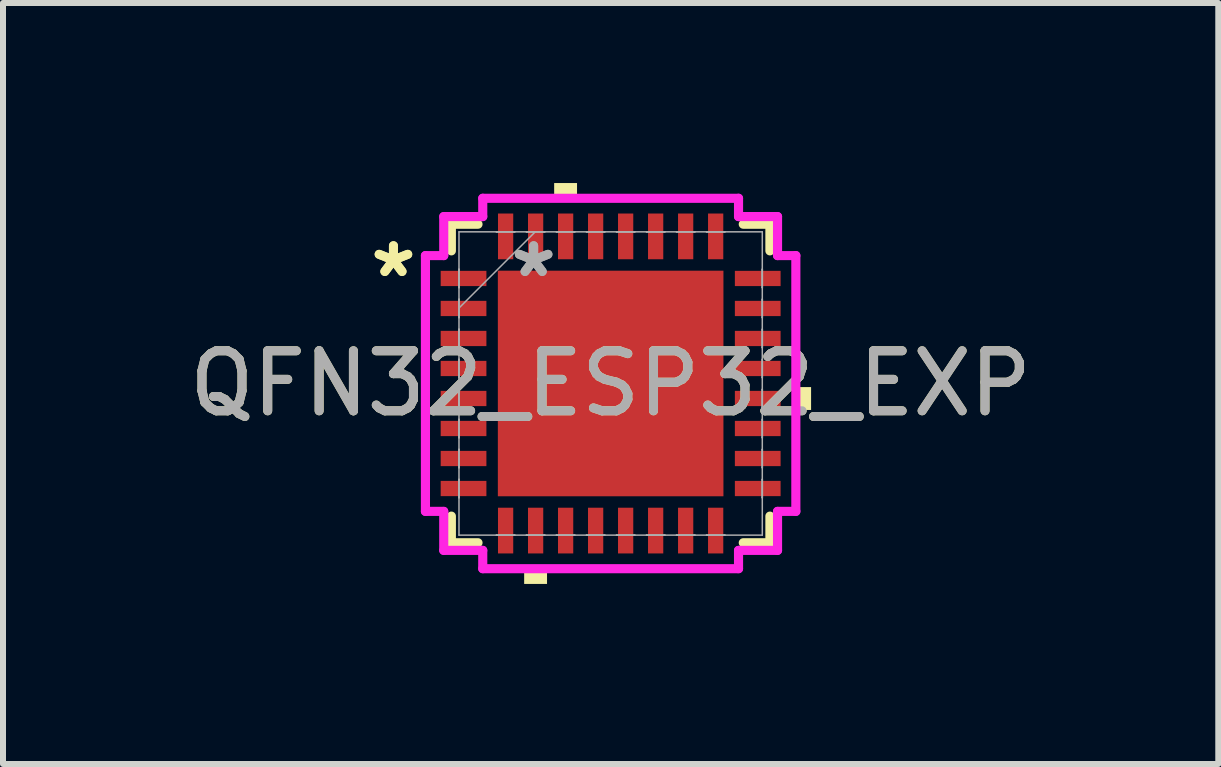
<source format=kicad_pcb>
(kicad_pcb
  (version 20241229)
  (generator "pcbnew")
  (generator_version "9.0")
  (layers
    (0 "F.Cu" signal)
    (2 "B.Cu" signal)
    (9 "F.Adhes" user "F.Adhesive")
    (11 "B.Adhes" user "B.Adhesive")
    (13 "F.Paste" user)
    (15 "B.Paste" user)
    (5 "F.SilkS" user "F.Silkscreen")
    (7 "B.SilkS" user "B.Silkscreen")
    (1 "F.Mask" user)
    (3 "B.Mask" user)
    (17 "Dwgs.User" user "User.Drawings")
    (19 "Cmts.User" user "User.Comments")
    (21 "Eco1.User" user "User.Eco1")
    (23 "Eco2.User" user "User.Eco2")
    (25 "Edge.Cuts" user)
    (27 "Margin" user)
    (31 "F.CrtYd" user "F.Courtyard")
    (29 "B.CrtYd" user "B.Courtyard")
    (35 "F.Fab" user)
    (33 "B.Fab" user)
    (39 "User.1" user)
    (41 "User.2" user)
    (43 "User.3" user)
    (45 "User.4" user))
  (footprint "QFN32_ESP32_EXP"
    (layer "F.Cu")
    (at 7.125 3.34)
    (property "Reference" "QFN32_ESP32_EXP" (at 0 0 0) (unlocked yes) (layer "F.SilkS") (effects (font (size 1 1) (thickness 0.15))))
    (attr smd)
    (fp_line (start -2.654 -2.654) (end -2.654 -2.21) (stroke (width 0.152) (type solid)) (layer "F.SilkS"))
    (fp_line (start -2.654 2.21) (end -2.654 2.654) (stroke (width 0.152) (type solid)) (layer "F.SilkS"))
    (fp_line (start -2.654 2.654) (end -2.21 2.654) (stroke (width 0.152) (type solid)) (layer "F.SilkS"))
    (fp_line (start -2.21 -2.654) (end -2.654 -2.654) (stroke (width 0.152) (type solid)) (layer "F.SilkS"))
    (fp_line (start 2.21 2.654) (end 2.654 2.654) (stroke (width 0.152) (type solid)) (layer "F.SilkS"))
    (fp_line (start 2.654 -2.654) (end 2.21 -2.654) (stroke (width 0.152) (type solid)) (layer "F.SilkS"))
    (fp_line (start 2.654 -2.21) (end 2.654 -2.654) (stroke (width 0.152) (type solid)) (layer "F.SilkS"))
    (fp_line (start 2.654 2.654) (end 2.654 2.21) (stroke (width 0.152) (type solid)) (layer "F.SilkS"))
    (fp_poly (pts (xy -1.441 3.086) (xy -1.441 3.34) (xy -1.06 3.34) (xy -1.06 3.086)) (stroke (width 0) (type solid)) (fill yes) (layer "F.SilkS"))
    (fp_poly (pts (xy -0.941 -3.086) (xy -0.941 -3.34) (xy -0.56 -3.34) (xy -0.56 -3.086)) (stroke (width 0) (type solid)) (fill yes) (layer "F.SilkS"))
    (fp_poly (pts (xy 3.34 0.06) (xy 3.34 0.441) (xy 3.086 0.441) (xy 3.086 0.06)) (stroke (width 0) (type solid)) (fill yes) (layer "F.SilkS"))
    (fp_line (start -3.086 -2.131) (end -2.781 -2.131) (stroke (width 0.152) (type solid)) (layer "F.CrtYd"))
    (fp_line (start -3.086 2.131) (end -3.086 -2.131) (stroke (width 0.152) (type solid)) (layer "F.CrtYd"))
    (fp_line (start -2.781 -2.781) (end -2.131 -2.781) (stroke (width 0.152) (type solid)) (layer "F.CrtYd"))
    (fp_line (start -2.781 -2.131) (end -2.781 -2.781) (stroke (width 0.152) (type solid)) (layer "F.CrtYd"))
    (fp_line (start -2.781 2.131) (end -3.086 2.131) (stroke (width 0.152) (type solid)) (layer "F.CrtYd"))
    (fp_line (start -2.781 2.781) (end -2.781 2.131) (stroke (width 0.152) (type solid)) (layer "F.CrtYd"))
    (fp_line (start -2.131 -3.086) (end 2.131 -3.086) (stroke (width 0.152) (type solid)) (layer "F.CrtYd"))
    (fp_line (start -2.131 -2.781) (end -2.131 -3.086) (stroke (width 0.152) (type solid)) (layer "F.CrtYd"))
    (fp_line (start -2.131 2.781) (end -2.781 2.781) (stroke (width 0.152) (type solid)) (layer "F.CrtYd"))
    (fp_line (start -2.131 3.086) (end -2.131 2.781) (stroke (width 0.152) (type solid)) (layer "F.CrtYd"))
    (fp_line (start 2.131 -3.086) (end 2.131 -2.781) (stroke (width 0.152) (type solid)) (layer "F.CrtYd"))
    (fp_line (start 2.131 -2.781) (end 2.781 -2.781) (stroke (width 0.152) (type solid)) (layer "F.CrtYd"))
    (fp_line (start 2.131 2.781) (end 2.131 3.086) (stroke (width 0.152) (type solid)) (layer "F.CrtYd"))
    (fp_line (start 2.131 3.086) (end -2.131 3.086) (stroke (width 0.152) (type solid)) (layer "F.CrtYd"))
    (fp_line (start 2.781 -2.781) (end 2.781 -2.131) (stroke (width 0.152) (type solid)) (layer "F.CrtYd"))
    (fp_line (start 2.781 -2.131) (end 3.086 -2.131) (stroke (width 0.152) (type solid)) (layer "F.CrtYd"))
    (fp_line (start 2.781 2.131) (end 2.781 2.781) (stroke (width 0.152) (type solid)) (layer "F.CrtYd"))
    (fp_line (start 2.781 2.781) (end 2.131 2.781) (stroke (width 0.152) (type solid)) (layer "F.CrtYd"))
    (fp_line (start 3.086 -2.131) (end 3.086 2.131) (stroke (width 0.152) (type solid)) (layer "F.CrtYd"))
    (fp_line (start 3.086 2.131) (end 2.781 2.131) (stroke (width 0.152) (type solid)) (layer "F.CrtYd"))
    (fp_line (start -2.527 -2.527) (end -2.527 2.527) (stroke (width 0.025) (type solid)) (layer "F.Fab"))
    (fp_line (start -2.527 -1.903) (end -2.527 -1.903) (stroke (width 0.025) (type solid)) (layer "F.Fab"))
    (fp_line (start -2.527 -1.903) (end -2.527 -1.598) (stroke (width 0.025) (type solid)) (layer "F.Fab"))
    (fp_line (start -2.527 -1.598) (end -2.527 -1.903) (stroke (width 0.025) (type solid)) (layer "F.Fab"))
    (fp_line (start -2.527 -1.598) (end -2.527 -1.598) (stroke (width 0.025) (type solid)) (layer "F.Fab"))
    (fp_line (start -2.527 -1.403) (end -2.527 -1.403) (stroke (width 0.025) (type solid)) (layer "F.Fab"))
    (fp_line (start -2.527 -1.403) (end -2.527 -1.098) (stroke (width 0.025) (type solid)) (layer "F.Fab"))
    (fp_line (start -2.527 -1.257) (end -1.257 -2.527) (stroke (width 0.025) (type solid)) (layer "F.Fab"))
    (fp_line (start -2.527 -1.098) (end -2.527 -1.403) (stroke (width 0.025) (type solid)) (layer "F.Fab"))
    (fp_line (start -2.527 -1.098) (end -2.527 -1.098) (stroke (width 0.025) (type solid)) (layer "F.Fab"))
    (fp_line (start -2.527 -0.903) (end -2.527 -0.903) (stroke (width 0.025) (type solid)) (layer "F.Fab"))
    (fp_line (start -2.527 -0.903) (end -2.527 -0.598) (stroke (width 0.025) (type solid)) (layer "F.Fab"))
    (fp_line (start -2.527 -0.598) (end -2.527 -0.903) (stroke (width 0.025) (type solid)) (layer "F.Fab"))
    (fp_line (start -2.527 -0.598) (end -2.527 -0.598) (stroke (width 0.025) (type solid)) (layer "F.Fab"))
    (fp_line (start -2.527 -0.402) (end -2.527 -0.402) (stroke (width 0.025) (type solid)) (layer "F.Fab"))
    (fp_line (start -2.527 -0.402) (end -2.527 -0.098) (stroke (width 0.025) (type solid)) (layer "F.Fab"))
    (fp_line (start -2.527 -0.098) (end -2.527 -0.402) (stroke (width 0.025) (type solid)) (layer "F.Fab"))
    (fp_line (start -2.527 -0.098) (end -2.527 -0.098) (stroke (width 0.025) (type solid)) (layer "F.Fab"))
    (fp_line (start -2.527 0.098) (end -2.527 0.098) (stroke (width 0.025) (type solid)) (layer "F.Fab"))
    (fp_line (start -2.527 0.098) (end -2.527 0.402) (stroke (width 0.025) (type solid)) (layer "F.Fab"))
    (fp_line (start -2.527 0.402) (end -2.527 0.098) (stroke (width 0.025) (type solid)) (layer "F.Fab"))
    (fp_line (start -2.527 0.402) (end -2.527 0.402) (stroke (width 0.025) (type solid)) (layer "F.Fab"))
    (fp_line (start -2.527 0.598) (end -2.527 0.598) (stroke (width 0.025) (type solid)) (layer "F.Fab"))
    (fp_line (start -2.527 0.598) (end -2.527 0.903) (stroke (width 0.025) (type solid)) (layer "F.Fab"))
    (fp_line (start -2.527 0.903) (end -2.527 0.598) (stroke (width 0.025) (type solid)) (layer "F.Fab"))
    (fp_line (start -2.527 0.903) (end -2.527 0.903) (stroke (width 0.025) (type solid)) (layer "F.Fab"))
    (fp_line (start -2.527 1.098) (end -2.527 1.098) (stroke (width 0.025) (type solid)) (layer "F.Fab"))
    (fp_line (start -2.527 1.098) (end -2.527 1.403) (stroke (width 0.025) (type solid)) (layer "F.Fab"))
    (fp_line (start -2.527 1.403) (end -2.527 1.098) (stroke (width 0.025) (type solid)) (layer "F.Fab"))
    (fp_line (start -2.527 1.403) (end -2.527 1.403) (stroke (width 0.025) (type solid)) (layer "F.Fab"))
    (fp_line (start -2.527 1.598) (end -2.527 1.598) (stroke (width 0.025) (type solid)) (layer "F.Fab"))
    (fp_line (start -2.527 1.598) (end -2.527 1.903) (stroke (width 0.025) (type solid)) (layer "F.Fab"))
    (fp_line (start -2.527 1.903) (end -2.527 1.598) (stroke (width 0.025) (type solid)) (layer "F.Fab"))
    (fp_line (start -2.527 1.903) (end -2.527 1.903) (stroke (width 0.025) (type solid)) (layer "F.Fab"))
    (fp_line (start -2.527 2.527) (end 2.527 2.527) (stroke (width 0.025) (type solid)) (layer "F.Fab"))
    (fp_line (start -1.903 -2.527) (end -1.903 -2.527) (stroke (width 0.025) (type solid)) (layer "F.Fab"))
    (fp_line (start -1.903 -2.527) (end -1.598 -2.527) (stroke (width 0.025) (type solid)) (layer "F.Fab"))
    (fp_line (start -1.903 2.527) (end -1.903 2.527) (stroke (width 0.025) (type solid)) (layer "F.Fab"))
    (fp_line (start -1.903 2.527) (end -1.598 2.527) (stroke (width 0.025) (type solid)) (layer "F.Fab"))
    (fp_line (start -1.598 -2.527) (end -1.903 -2.527) (stroke (width 0.025) (type solid)) (layer "F.Fab"))
    (fp_line (start -1.598 -2.527) (end -1.598 -2.527) (stroke (width 0.025) (type solid)) (layer "F.Fab"))
    (fp_line (start -1.598 2.527) (end -1.903 2.527) (stroke (width 0.025) (type solid)) (layer "F.Fab"))
    (fp_line (start -1.598 2.527) (end -1.598 2.527) (stroke (width 0.025) (type solid)) (layer "F.Fab"))
    (fp_line (start -1.403 -2.527) (end -1.403 -2.527) (stroke (width 0.025) (type solid)) (layer "F.Fab"))
    (fp_line (start -1.403 -2.527) (end -1.098 -2.527) (stroke (width 0.025) (type solid)) (layer "F.Fab"))
    (fp_line (start -1.403 2.527) (end -1.403 2.527) (stroke (width 0.025) (type solid)) (layer "F.Fab"))
    (fp_line (start -1.403 2.527) (end -1.098 2.527) (stroke (width 0.025) (type solid)) (layer "F.Fab"))
    (fp_line (start -1.098 -2.527) (end -1.403 -2.527) (stroke (width 0.025) (type solid)) (layer "F.Fab"))
    (fp_line (start -1.098 -2.527) (end -1.098 -2.527) (stroke (width 0.025) (type solid)) (layer "F.Fab"))
    (fp_line (start -1.098 2.527) (end -1.403 2.527) (stroke (width 0.025) (type solid)) (layer "F.Fab"))
    (fp_line (start -1.098 2.527) (end -1.098 2.527) (stroke (width 0.025) (type solid)) (layer "F.Fab"))
    (fp_line (start -0.903 -2.527) (end -0.903 -2.527) (stroke (width 0.025) (type solid)) (layer "F.Fab"))
    (fp_line (start -0.903 -2.527) (end -0.598 -2.527) (stroke (width 0.025) (type solid)) (layer "F.Fab"))
    (fp_line (start -0.903 2.527) (end -0.903 2.527) (stroke (width 0.025) (type solid)) (layer "F.Fab"))
    (fp_line (start -0.903 2.527) (end -0.598 2.527) (stroke (width 0.025) (type solid)) (layer "F.Fab"))
    (fp_line (start -0.598 -2.527) (end -0.903 -2.527) (stroke (width 0.025) (type solid)) (layer "F.Fab"))
    (fp_line (start -0.598 -2.527) (end -0.598 -2.527) (stroke (width 0.025) (type solid)) (layer "F.Fab"))
    (fp_line (start -0.598 2.527) (end -0.903 2.527) (stroke (width 0.025) (type solid)) (layer "F.Fab"))
    (fp_line (start -0.598 2.527) (end -0.598 2.527) (stroke (width 0.025) (type solid)) (layer "F.Fab"))
    (fp_line (start -0.402 -2.527) (end -0.402 -2.527) (stroke (width 0.025) (type solid)) (layer "F.Fab"))
    (fp_line (start -0.402 -2.527) (end -0.098 -2.527) (stroke (width 0.025) (type solid)) (layer "F.Fab"))
    (fp_line (start -0.402 2.527) (end -0.402 2.527) (stroke (width 0.025) (type solid)) (layer "F.Fab"))
    (fp_line (start -0.402 2.527) (end -0.098 2.527) (stroke (width 0.025) (type solid)) (layer "F.Fab"))
    (fp_line (start -0.098 -2.527) (end -0.402 -2.527) (stroke (width 0.025) (type solid)) (layer "F.Fab"))
    (fp_line (start -0.098 -2.527) (end -0.098 -2.527) (stroke (width 0.025) (type solid)) (layer "F.Fab"))
    (fp_line (start -0.098 2.527) (end -0.402 2.527) (stroke (width 0.025) (type solid)) (layer "F.Fab"))
    (fp_line (start -0.098 2.527) (end -0.098 2.527) (stroke (width 0.025) (type solid)) (layer "F.Fab"))
    (fp_line (start 0.098 -2.527) (end 0.098 -2.527) (stroke (width 0.025) (type solid)) (layer "F.Fab"))
    (fp_line (start 0.098 -2.527) (end 0.402 -2.527) (stroke (width 0.025) (type solid)) (layer "F.Fab"))
    (fp_line (start 0.098 2.527) (end 0.098 2.527) (stroke (width 0.025) (type solid)) (layer "F.Fab"))
    (fp_line (start 0.098 2.527) (end 0.402 2.527) (stroke (width 0.025) (type solid)) (layer "F.Fab"))
    (fp_line (start 0.402 -2.527) (end 0.098 -2.527) (stroke (width 0.025) (type solid)) (layer "F.Fab"))
    (fp_line (start 0.402 -2.527) (end 0.402 -2.527) (stroke (width 0.025) (type solid)) (layer "F.Fab"))
    (fp_line (start 0.402 2.527) (end 0.098 2.527) (stroke (width 0.025) (type solid)) (layer "F.Fab"))
    (fp_line (start 0.402 2.527) (end 0.402 2.527) (stroke (width 0.025) (type solid)) (layer "F.Fab"))
    (fp_line (start 0.598 -2.527) (end 0.598 -2.527) (stroke (width 0.025) (type solid)) (layer "F.Fab"))
    (fp_line (start 0.598 -2.527) (end 0.903 -2.527) (stroke (width 0.025) (type solid)) (layer "F.Fab"))
    (fp_line (start 0.598 2.527) (end 0.598 2.527) (stroke (width 0.025) (type solid)) (layer "F.Fab"))
    (fp_line (start 0.598 2.527) (end 0.903 2.527) (stroke (width 0.025) (type solid)) (layer "F.Fab"))
    (fp_line (start 0.903 -2.527) (end 0.598 -2.527) (stroke (width 0.025) (type solid)) (layer "F.Fab"))
    (fp_line (start 0.903 -2.527) (end 0.903 -2.527) (stroke (width 0.025) (type solid)) (layer "F.Fab"))
    (fp_line (start 0.903 2.527) (end 0.598 2.527) (stroke (width 0.025) (type solid)) (layer "F.Fab"))
    (fp_line (start 0.903 2.527) (end 0.903 2.527) (stroke (width 0.025) (type solid)) (layer "F.Fab"))
    (fp_line (start 1.098 -2.527) (end 1.098 -2.527) (stroke (width 0.025) (type solid)) (layer "F.Fab"))
    (fp_line (start 1.098 -2.527) (end 1.403 -2.527) (stroke (width 0.025) (type solid)) (layer "F.Fab"))
    (fp_line (start 1.098 2.527) (end 1.098 2.527) (stroke (width 0.025) (type solid)) (layer "F.Fab"))
    (fp_line (start 1.098 2.527) (end 1.403 2.527) (stroke (width 0.025) (type solid)) (layer "F.Fab"))
    (fp_line (start 1.403 -2.527) (end 1.098 -2.527) (stroke (width 0.025) (type solid)) (layer "F.Fab"))
    (fp_line (start 1.403 -2.527) (end 1.403 -2.527) (stroke (width 0.025) (type solid)) (layer "F.Fab"))
    (fp_line (start 1.403 2.527) (end 1.098 2.527) (stroke (width 0.025) (type solid)) (layer "F.Fab"))
    (fp_line (start 1.403 2.527) (end 1.403 2.527) (stroke (width 0.025) (type solid)) (layer "F.Fab"))
    (fp_line (start 1.598 -2.527) (end 1.598 -2.527) (stroke (width 0.025) (type solid)) (layer "F.Fab"))
    (fp_line (start 1.598 -2.527) (end 1.903 -2.527) (stroke (width 0.025) (type solid)) (layer "F.Fab"))
    (fp_line (start 1.598 2.527) (end 1.598 2.527) (stroke (width 0.025) (type solid)) (layer "F.Fab"))
    (fp_line (start 1.598 2.527) (end 1.903 2.527) (stroke (width 0.025) (type solid)) (layer "F.Fab"))
    (fp_line (start 1.903 -2.527) (end 1.598 -2.527) (stroke (width 0.025) (type solid)) (layer "F.Fab"))
    (fp_line (start 1.903 -2.527) (end 1.903 -2.527) (stroke (width 0.025) (type solid)) (layer "F.Fab"))
    (fp_line (start 1.903 2.527) (end 1.598 2.527) (stroke (width 0.025) (type solid)) (layer "F.Fab"))
    (fp_line (start 1.903 2.527) (end 1.903 2.527) (stroke (width 0.025) (type solid)) (layer "F.Fab"))
    (fp_line (start 2.527 -2.527) (end -2.527 -2.527) (stroke (width 0.025) (type solid)) (layer "F.Fab"))
    (fp_line (start 2.527 -1.903) (end 2.527 -1.903) (stroke (width 0.025) (type solid)) (layer "F.Fab"))
    (fp_line (start 2.527 -1.903) (end 2.527 -1.598) (stroke (width 0.025) (type solid)) (layer "F.Fab"))
    (fp_line (start 2.527 -1.598) (end 2.527 -1.903) (stroke (width 0.025) (type solid)) (layer "F.Fab"))
    (fp_line (start 2.527 -1.598) (end 2.527 -1.598) (stroke (width 0.025) (type solid)) (layer "F.Fab"))
    (fp_line (start 2.527 -1.403) (end 2.527 -1.403) (stroke (width 0.025) (type solid)) (layer "F.Fab"))
    (fp_line (start 2.527 -1.403) (end 2.527 -1.098) (stroke (width 0.025) (type solid)) (layer "F.Fab"))
    (fp_line (start 2.527 -1.098) (end 2.527 -1.403) (stroke (width 0.025) (type solid)) (layer "F.Fab"))
    (fp_line (start 2.527 -1.098) (end 2.527 -1.098) (stroke (width 0.025) (type solid)) (layer "F.Fab"))
    (fp_line (start 2.527 -0.903) (end 2.527 -0.903) (stroke (width 0.025) (type solid)) (layer "F.Fab"))
    (fp_line (start 2.527 -0.903) (end 2.527 -0.598) (stroke (width 0.025) (type solid)) (layer "F.Fab"))
    (fp_line (start 2.527 -0.598) (end 2.527 -0.903) (stroke (width 0.025) (type solid)) (layer "F.Fab"))
    (fp_line (start 2.527 -0.598) (end 2.527 -0.598) (stroke (width 0.025) (type solid)) (layer "F.Fab"))
    (fp_line (start 2.527 -0.402) (end 2.527 -0.402) (stroke (width 0.025) (type solid)) (layer "F.Fab"))
    (fp_line (start 2.527 -0.402) (end 2.527 -0.098) (stroke (width 0.025) (type solid)) (layer "F.Fab"))
    (fp_line (start 2.527 -0.098) (end 2.527 -0.402) (stroke (width 0.025) (type solid)) (layer "F.Fab"))
    (fp_line (start 2.527 -0.098) (end 2.527 -0.098) (stroke (width 0.025) (type solid)) (layer "F.Fab"))
    (fp_line (start 2.527 0.098) (end 2.527 0.098) (stroke (width 0.025) (type solid)) (layer "F.Fab"))
    (fp_line (start 2.527 0.098) (end 2.527 0.402) (stroke (width 0.025) (type solid)) (layer "F.Fab"))
    (fp_line (start 2.527 0.402) (end 2.527 0.098) (stroke (width 0.025) (type solid)) (layer "F.Fab"))
    (fp_line (start 2.527 0.402) (end 2.527 0.402) (stroke (width 0.025) (type solid)) (layer "F.Fab"))
    (fp_line (start 2.527 0.598) (end 2.527 0.598) (stroke (width 0.025) (type solid)) (layer "F.Fab"))
    (fp_line (start 2.527 0.598) (end 2.527 0.903) (stroke (width 0.025) (type solid)) (layer "F.Fab"))
    (fp_line (start 2.527 0.903) (end 2.527 0.598) (stroke (width 0.025) (type solid)) (layer "F.Fab"))
    (fp_line (start 2.527 0.903) (end 2.527 0.903) (stroke (width 0.025) (type solid)) (layer "F.Fab"))
    (fp_line (start 2.527 1.098) (end 2.527 1.098) (stroke (width 0.025) (type solid)) (layer "F.Fab"))
    (fp_line (start 2.527 1.098) (end 2.527 1.403) (stroke (width 0.025) (type solid)) (layer "F.Fab"))
    (fp_line (start 2.527 1.403) (end 2.527 1.098) (stroke (width 0.025) (type solid)) (layer "F.Fab"))
    (fp_line (start 2.527 1.403) (end 2.527 1.403) (stroke (width 0.025) (type solid)) (layer "F.Fab"))
    (fp_line (start 2.527 1.598) (end 2.527 1.598) (stroke (width 0.025) (type solid)) (layer "F.Fab"))
    (fp_line (start 2.527 1.598) (end 2.527 1.903) (stroke (width 0.025) (type solid)) (layer "F.Fab"))
    (fp_line (start 2.527 1.903) (end 2.527 1.598) (stroke (width 0.025) (type solid)) (layer "F.Fab"))
    (fp_line (start 2.527 1.903) (end 2.527 1.903) (stroke (width 0.025) (type solid)) (layer "F.Fab"))
    (fp_line (start 2.527 2.527) (end 2.527 -2.527) (stroke (width 0.025) (type solid)) (layer "F.Fab"))
    (fp_text user "*" (at -3.619 -1.75 0) (layer "F.SilkS") (effects (font (size 1 1) (thickness 0.15))))
    (fp_text user "*" (at -3.619 -1.75 0) (unlocked yes) (layer "F.SilkS") (effects (font (size 1 1) (thickness 0.15))))
    (fp_text user "*" (at -1.283 -1.75 0) (unlocked yes) (layer "F.Fab") (effects (font (size 1 1) (thickness 0.15))))
    (fp_text user "*" (at -1.283 -1.75 0) (layer "F.Fab") (effects (font (size 1 1) (thickness 0.15))))
    (fp_text user "${REFERENCE}" (at 0 0 0) (unlocked yes) (layer "F.Fab") (effects (font (size 1 1) (thickness 0.15))))
    (pad "1" smd rect (at -2.451 -1.75 90) (size 0.254 0.762) (layers "F.Cu" "F.Mask" "F.Paste"))
    (pad "2" smd rect (at -2.451 -1.25 90) (size 0.254 0.762) (layers "F.Cu" "F.Mask" "F.Paste"))
    (pad "3" smd rect (at -2.451 -0.75 90) (size 0.254 0.762) (layers "F.Cu" "F.Mask" "F.Paste"))
    (pad "4" smd rect (at -2.451 -0.25 90) (size 0.254 0.762) (layers "F.Cu" "F.Mask" "F.Paste"))
    (pad "5" smd rect (at -2.451 0.25 90) (size 0.254 0.762) (layers "F.Cu" "F.Mask" "F.Paste"))
    (pad "6" smd rect (at -2.451 0.75 90) (size 0.254 0.762) (layers "F.Cu" "F.Mask" "F.Paste"))
    (pad "7" smd rect (at -2.451 1.25 90) (size 0.254 0.762) (layers "F.Cu" "F.Mask" "F.Paste"))
    (pad "8" smd rect (at -2.451 1.75 90) (size 0.254 0.762) (layers "F.Cu" "F.Mask" "F.Paste"))
    (pad "9" smd rect (at -1.75 2.451) (size 0.254 0.762) (layers "F.Cu" "F.Mask" "F.Paste"))
    (pad "10" smd rect (at -1.25 2.451) (size 0.254 0.762) (layers "F.Cu" "F.Mask" "F.Paste"))
    (pad "11" smd rect (at -0.75 2.451) (size 0.254 0.762) (layers "F.Cu" "F.Mask" "F.Paste"))
    (pad "12" smd rect (at -0.25 2.451) (size 0.254 0.762) (layers "F.Cu" "F.Mask" "F.Paste"))
    (pad "13" smd rect (at 0.25 2.451) (size 0.254 0.762) (layers "F.Cu" "F.Mask" "F.Paste"))
    (pad "14" smd rect (at 0.75 2.451) (size 0.254 0.762) (layers "F.Cu" "F.Mask" "F.Paste"))
    (pad "15" smd rect (at 1.25 2.451) (size 0.254 0.762) (layers "F.Cu" "F.Mask" "F.Paste"))
    (pad "16" smd rect (at 1.75 2.451) (size 0.254 0.762) (layers "F.Cu" "F.Mask" "F.Paste"))
    (pad "17" smd rect (at 2.451 1.75 90) (size 0.254 0.762) (layers "F.Cu" "F.Mask" "F.Paste"))
    (pad "18" smd rect (at 2.451 1.25 90) (size 0.254 0.762) (layers "F.Cu" "F.Mask" "F.Paste"))
    (pad "19" smd rect (at 2.451 0.75 90) (size 0.254 0.762) (layers "F.Cu" "F.Mask" "F.Paste"))
    (pad "20" smd rect (at 2.451 0.25 90) (size 0.254 0.762) (layers "F.Cu" "F.Mask" "F.Paste"))
    (pad "21" smd rect (at 2.451 -0.25 90) (size 0.254 0.762) (layers "F.Cu" "F.Mask" "F.Paste"))
    (pad "22" smd rect (at 2.451 -0.75 90) (size 0.254 0.762) (layers "F.Cu" "F.Mask" "F.Paste"))
    (pad "23" smd rect (at 2.451 -1.25 90) (size 0.254 0.762) (layers "F.Cu" "F.Mask" "F.Paste"))
    (pad "24" smd rect (at 2.451 -1.75 90) (size 0.254 0.762) (layers "F.Cu" "F.Mask" "F.Paste"))
    (pad "25" smd rect (at 1.75 -2.451) (size 0.254 0.762) (layers "F.Cu" "F.Mask" "F.Paste"))
    (pad "26" smd rect (at 1.25 -2.451) (size 0.254 0.762) (layers "F.Cu" "F.Mask" "F.Paste"))
    (pad "27" smd rect (at 0.75 -2.451) (size 0.254 0.762) (layers "F.Cu" "F.Mask" "F.Paste"))
    (pad "28" smd rect (at 0.25 -2.451) (size 0.254 0.762) (layers "F.Cu" "F.Mask" "F.Paste"))
    (pad "29" smd rect (at -0.25 -2.451) (size 0.254 0.762) (layers "F.Cu" "F.Mask" "F.Paste"))
    (pad "30" smd rect (at -0.75 -2.451) (size 0.254 0.762) (layers "F.Cu" "F.Mask" "F.Paste"))
    (pad "31" smd rect (at -1.25 -2.451) (size 0.254 0.762) (layers "F.Cu" "F.Mask" "F.Paste"))
    (pad "32" smd rect (at -1.75 -2.451) (size 0.254 0.762) (layers "F.Cu" "F.Mask" "F.Paste"))
    (pad "33" smd rect (at 0 0) (size 3.759 3.759) (layers "F.Cu" "F.Mask" "F.Paste")))
  (gr_rect
    (start -3 -3)
    (end 17.25 9.68)
    (stroke (width 0.1) (type default))
    (fill no)
    (layer "Edge.Cuts")))
</source>
